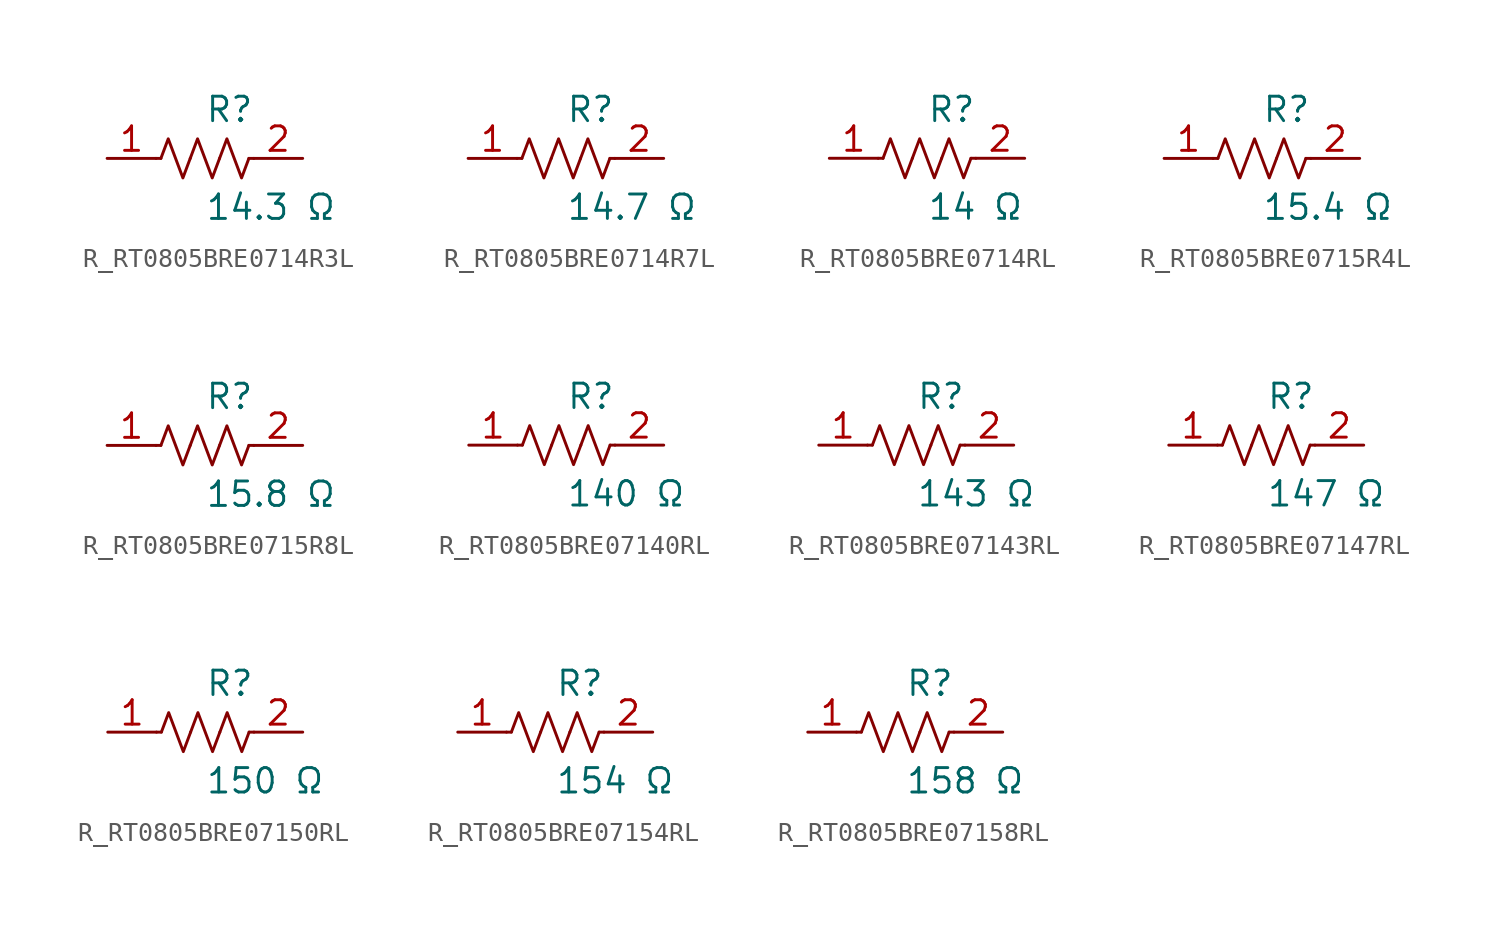
<source format=kicad_sym>
(kicad_symbol_lib
  (version 20231120)
  (generator kicad_symbol_editor)
  (generator_version 8.0)
  (symbol "R_RT0805BRE0714R3L"
    (pin_names
      (offset 0.254))
    (property "Reference" "R"
      (at 0.0 2.54 0)
      (effects (font (size 1.27 1.27)) (justify left)))
    (property "Value" "14.3 Ω"
      (at 0.0 -2.54 0)
      (effects (font (size 1.27 1.27)) (justify left)))
    (symbol "R_RT0805BRE0714R3L_0_1"
      (polyline (pts (xy 2.286 0) (xy 2.54 0)) (stroke (width 0) (type default)) (fill (type none)))
      (polyline (pts (xy -2.286 0) (xy -2.54 0)) (stroke (width 0) (type default)) (fill (type none)))
      (polyline (pts (xy 0.762 0) (xy 1.143 1.016) (xy 1.524 0) (xy 1.905 -1.016) (xy 2.286 0)) (stroke (width 0) (type default)) (fill (type none)))
      (polyline (pts (xy -0.762 0) (xy -0.381 1.016) (xy 0 0) (xy 0.381 -1.016) (xy 0.762 0)) (stroke (width 0) (type default)) (fill (type none)))
      (polyline (pts (xy -2.286 0) (xy -1.905 1.016) (xy -1.524 0) (xy -1.143 -1.016) (xy -0.762 0)) (stroke (width 0) (type default)) (fill (type none))))
    (pin unspecified line
      (at -5.08 0 0)
      (length 2.54)
      (name "" (effects (font (size 1.27 1.27))))
      (number "1" (effects (font (size 1.27 1.27)))))
    (pin unspecified line
      (at 5.08 0 180)
      (length 2.54)
      (name "" (effects (font (size 1.27 1.27))))
      (number "2" (effects (font (size 1.27 1.27))))))
  (symbol "R_RT0805BRE0714R7L"
    (pin_names
      (offset 0.254))
    (property "Reference" "R"
      (at 0.0 2.54 0)
      (effects (font (size 1.27 1.27)) (justify left)))
    (property "Value" "14.7 Ω"
      (at 0.0 -2.54 0)
      (effects (font (size 1.27 1.27)) (justify left)))
    (symbol "R_RT0805BRE0714R7L_0_1"
      (polyline (pts (xy 2.286 0) (xy 2.54 0)) (stroke (width 0) (type default)) (fill (type none)))
      (polyline (pts (xy -2.286 0) (xy -2.54 0)) (stroke (width 0) (type default)) (fill (type none)))
      (polyline (pts (xy 0.762 0) (xy 1.143 1.016) (xy 1.524 0) (xy 1.905 -1.016) (xy 2.286 0)) (stroke (width 0) (type default)) (fill (type none)))
      (polyline (pts (xy -0.762 0) (xy -0.381 1.016) (xy 0 0) (xy 0.381 -1.016) (xy 0.762 0)) (stroke (width 0) (type default)) (fill (type none)))
      (polyline (pts (xy -2.286 0) (xy -1.905 1.016) (xy -1.524 0) (xy -1.143 -1.016) (xy -0.762 0)) (stroke (width 0) (type default)) (fill (type none))))
    (pin unspecified line
      (at -5.08 0 0)
      (length 2.54)
      (name "" (effects (font (size 1.27 1.27))))
      (number "1" (effects (font (size 1.27 1.27)))))
    (pin unspecified line
      (at 5.08 0 180)
      (length 2.54)
      (name "" (effects (font (size 1.27 1.27))))
      (number "2" (effects (font (size 1.27 1.27))))))
  (symbol "R_RT0805BRE0714RL"
    (pin_names
      (offset 0.254))
    (property "Reference" "R"
      (at 0.0 2.54 0)
      (effects (font (size 1.27 1.27)) (justify left)))
    (property "Value" "14 Ω"
      (at 0.0 -2.54 0)
      (effects (font (size 1.27 1.27)) (justify left)))
    (symbol "R_RT0805BRE0714RL_0_1"
      (polyline (pts (xy 2.286 0) (xy 2.54 0)) (stroke (width 0) (type default)) (fill (type none)))
      (polyline (pts (xy -2.286 0) (xy -2.54 0)) (stroke (width 0) (type default)) (fill (type none)))
      (polyline (pts (xy 0.762 0) (xy 1.143 1.016) (xy 1.524 0) (xy 1.905 -1.016) (xy 2.286 0)) (stroke (width 0) (type default)) (fill (type none)))
      (polyline (pts (xy -0.762 0) (xy -0.381 1.016) (xy 0 0) (xy 0.381 -1.016) (xy 0.762 0)) (stroke (width 0) (type default)) (fill (type none)))
      (polyline (pts (xy -2.286 0) (xy -1.905 1.016) (xy -1.524 0) (xy -1.143 -1.016) (xy -0.762 0)) (stroke (width 0) (type default)) (fill (type none))))
    (pin unspecified line
      (at -5.08 0 0)
      (length 2.54)
      (name "" (effects (font (size 1.27 1.27))))
      (number "1" (effects (font (size 1.27 1.27)))))
    (pin unspecified line
      (at 5.08 0 180)
      (length 2.54)
      (name "" (effects (font (size 1.27 1.27))))
      (number "2" (effects (font (size 1.27 1.27))))))
  (symbol "R_RT0805BRE0715R4L"
    (pin_names
      (offset 0.254))
    (property "Reference" "R"
      (at 0.0 2.54 0)
      (effects (font (size 1.27 1.27)) (justify left)))
    (property "Value" "15.4 Ω"
      (at 0.0 -2.54 0)
      (effects (font (size 1.27 1.27)) (justify left)))
    (symbol "R_RT0805BRE0715R4L_0_1"
      (polyline (pts (xy 2.286 0) (xy 2.54 0)) (stroke (width 0) (type default)) (fill (type none)))
      (polyline (pts (xy -2.286 0) (xy -2.54 0)) (stroke (width 0) (type default)) (fill (type none)))
      (polyline (pts (xy 0.762 0) (xy 1.143 1.016) (xy 1.524 0) (xy 1.905 -1.016) (xy 2.286 0)) (stroke (width 0) (type default)) (fill (type none)))
      (polyline (pts (xy -0.762 0) (xy -0.381 1.016) (xy 0 0) (xy 0.381 -1.016) (xy 0.762 0)) (stroke (width 0) (type default)) (fill (type none)))
      (polyline (pts (xy -2.286 0) (xy -1.905 1.016) (xy -1.524 0) (xy -1.143 -1.016) (xy -0.762 0)) (stroke (width 0) (type default)) (fill (type none))))
    (pin unspecified line
      (at -5.08 0 0)
      (length 2.54)
      (name "" (effects (font (size 1.27 1.27))))
      (number "1" (effects (font (size 1.27 1.27)))))
    (pin unspecified line
      (at 5.08 0 180)
      (length 2.54)
      (name "" (effects (font (size 1.27 1.27))))
      (number "2" (effects (font (size 1.27 1.27))))))
  (symbol "R_RT0805BRE0715R8L"
    (pin_names
      (offset 0.254))
    (property "Reference" "R"
      (at 0.0 2.54 0)
      (effects (font (size 1.27 1.27)) (justify left)))
    (property "Value" "15.8 Ω"
      (at 0.0 -2.54 0)
      (effects (font (size 1.27 1.27)) (justify left)))
    (symbol "R_RT0805BRE0715R8L_0_1"
      (polyline (pts (xy 2.286 0) (xy 2.54 0)) (stroke (width 0) (type default)) (fill (type none)))
      (polyline (pts (xy -2.286 0) (xy -2.54 0)) (stroke (width 0) (type default)) (fill (type none)))
      (polyline (pts (xy 0.762 0) (xy 1.143 1.016) (xy 1.524 0) (xy 1.905 -1.016) (xy 2.286 0)) (stroke (width 0) (type default)) (fill (type none)))
      (polyline (pts (xy -0.762 0) (xy -0.381 1.016) (xy 0 0) (xy 0.381 -1.016) (xy 0.762 0)) (stroke (width 0) (type default)) (fill (type none)))
      (polyline (pts (xy -2.286 0) (xy -1.905 1.016) (xy -1.524 0) (xy -1.143 -1.016) (xy -0.762 0)) (stroke (width 0) (type default)) (fill (type none))))
    (pin unspecified line
      (at -5.08 0 0)
      (length 2.54)
      (name "" (effects (font (size 1.27 1.27))))
      (number "1" (effects (font (size 1.27 1.27)))))
    (pin unspecified line
      (at 5.08 0 180)
      (length 2.54)
      (name "" (effects (font (size 1.27 1.27))))
      (number "2" (effects (font (size 1.27 1.27))))))
  (symbol "R_RT0805BRE07140RL"
    (pin_names
      (offset 0.254))
    (property "Reference" "R"
      (at 0.0 2.54 0)
      (effects (font (size 1.27 1.27)) (justify left)))
    (property "Value" "140 Ω"
      (at 0.0 -2.54 0)
      (effects (font (size 1.27 1.27)) (justify left)))
    (symbol "R_RT0805BRE07140RL_0_1"
      (polyline (pts (xy 2.286 0) (xy 2.54 0)) (stroke (width 0) (type default)) (fill (type none)))
      (polyline (pts (xy -2.286 0) (xy -2.54 0)) (stroke (width 0) (type default)) (fill (type none)))
      (polyline (pts (xy 0.762 0) (xy 1.143 1.016) (xy 1.524 0) (xy 1.905 -1.016) (xy 2.286 0)) (stroke (width 0) (type default)) (fill (type none)))
      (polyline (pts (xy -0.762 0) (xy -0.381 1.016) (xy 0 0) (xy 0.381 -1.016) (xy 0.762 0)) (stroke (width 0) (type default)) (fill (type none)))
      (polyline (pts (xy -2.286 0) (xy -1.905 1.016) (xy -1.524 0) (xy -1.143 -1.016) (xy -0.762 0)) (stroke (width 0) (type default)) (fill (type none))))
    (pin unspecified line
      (at -5.08 0 0)
      (length 2.54)
      (name "" (effects (font (size 1.27 1.27))))
      (number "1" (effects (font (size 1.27 1.27)))))
    (pin unspecified line
      (at 5.08 0 180)
      (length 2.54)
      (name "" (effects (font (size 1.27 1.27))))
      (number "2" (effects (font (size 1.27 1.27))))))
  (symbol "R_RT0805BRE07143RL"
    (pin_names
      (offset 0.254))
    (property "Reference" "R"
      (at 0.0 2.54 0)
      (effects (font (size 1.27 1.27)) (justify left)))
    (property "Value" "143 Ω"
      (at 0.0 -2.54 0)
      (effects (font (size 1.27 1.27)) (justify left)))
    (symbol "R_RT0805BRE07143RL_0_1"
      (polyline (pts (xy 2.286 0) (xy 2.54 0)) (stroke (width 0) (type default)) (fill (type none)))
      (polyline (pts (xy -2.286 0) (xy -2.54 0)) (stroke (width 0) (type default)) (fill (type none)))
      (polyline (pts (xy 0.762 0) (xy 1.143 1.016) (xy 1.524 0) (xy 1.905 -1.016) (xy 2.286 0)) (stroke (width 0) (type default)) (fill (type none)))
      (polyline (pts (xy -0.762 0) (xy -0.381 1.016) (xy 0 0) (xy 0.381 -1.016) (xy 0.762 0)) (stroke (width 0) (type default)) (fill (type none)))
      (polyline (pts (xy -2.286 0) (xy -1.905 1.016) (xy -1.524 0) (xy -1.143 -1.016) (xy -0.762 0)) (stroke (width 0) (type default)) (fill (type none))))
    (pin unspecified line
      (at -5.08 0 0)
      (length 2.54)
      (name "" (effects (font (size 1.27 1.27))))
      (number "1" (effects (font (size 1.27 1.27)))))
    (pin unspecified line
      (at 5.08 0 180)
      (length 2.54)
      (name "" (effects (font (size 1.27 1.27))))
      (number "2" (effects (font (size 1.27 1.27))))))
  (symbol "R_RT0805BRE07147RL"
    (pin_names
      (offset 0.254))
    (property "Reference" "R"
      (at 0.0 2.54 0)
      (effects (font (size 1.27 1.27)) (justify left)))
    (property "Value" "147 Ω"
      (at 0.0 -2.54 0)
      (effects (font (size 1.27 1.27)) (justify left)))
    (symbol "R_RT0805BRE07147RL_0_1"
      (polyline (pts (xy 2.286 0) (xy 2.54 0)) (stroke (width 0) (type default)) (fill (type none)))
      (polyline (pts (xy -2.286 0) (xy -2.54 0)) (stroke (width 0) (type default)) (fill (type none)))
      (polyline (pts (xy 0.762 0) (xy 1.143 1.016) (xy 1.524 0) (xy 1.905 -1.016) (xy 2.286 0)) (stroke (width 0) (type default)) (fill (type none)))
      (polyline (pts (xy -0.762 0) (xy -0.381 1.016) (xy 0 0) (xy 0.381 -1.016) (xy 0.762 0)) (stroke (width 0) (type default)) (fill (type none)))
      (polyline (pts (xy -2.286 0) (xy -1.905 1.016) (xy -1.524 0) (xy -1.143 -1.016) (xy -0.762 0)) (stroke (width 0) (type default)) (fill (type none))))
    (pin unspecified line
      (at -5.08 0 0)
      (length 2.54)
      (name "" (effects (font (size 1.27 1.27))))
      (number "1" (effects (font (size 1.27 1.27)))))
    (pin unspecified line
      (at 5.08 0 180)
      (length 2.54)
      (name "" (effects (font (size 1.27 1.27))))
      (number "2" (effects (font (size 1.27 1.27))))))
  (symbol "R_RT0805BRE07150RL"
    (pin_names
      (offset 0.254))
    (property "Reference" "R"
      (at 0.0 2.54 0)
      (effects (font (size 1.27 1.27)) (justify left)))
    (property "Value" "150 Ω"
      (at 0.0 -2.54 0)
      (effects (font (size 1.27 1.27)) (justify left)))
    (symbol "R_RT0805BRE07150RL_0_1"
      (polyline (pts (xy 2.286 0) (xy 2.54 0)) (stroke (width 0) (type default)) (fill (type none)))
      (polyline (pts (xy -2.286 0) (xy -2.54 0)) (stroke (width 0) (type default)) (fill (type none)))
      (polyline (pts (xy 0.762 0) (xy 1.143 1.016) (xy 1.524 0) (xy 1.905 -1.016) (xy 2.286 0)) (stroke (width 0) (type default)) (fill (type none)))
      (polyline (pts (xy -0.762 0) (xy -0.381 1.016) (xy 0 0) (xy 0.381 -1.016) (xy 0.762 0)) (stroke (width 0) (type default)) (fill (type none)))
      (polyline (pts (xy -2.286 0) (xy -1.905 1.016) (xy -1.524 0) (xy -1.143 -1.016) (xy -0.762 0)) (stroke (width 0) (type default)) (fill (type none))))
    (pin unspecified line
      (at -5.08 0 0)
      (length 2.54)
      (name "" (effects (font (size 1.27 1.27))))
      (number "1" (effects (font (size 1.27 1.27)))))
    (pin unspecified line
      (at 5.08 0 180)
      (length 2.54)
      (name "" (effects (font (size 1.27 1.27))))
      (number "2" (effects (font (size 1.27 1.27))))))
  (symbol "R_RT0805BRE07154RL"
    (pin_names
      (offset 0.254))
    (property "Reference" "R"
      (at 0.0 2.54 0)
      (effects (font (size 1.27 1.27)) (justify left)))
    (property "Value" "154 Ω"
      (at 0.0 -2.54 0)
      (effects (font (size 1.27 1.27)) (justify left)))
    (symbol "R_RT0805BRE07154RL_0_1"
      (polyline (pts (xy 2.286 0) (xy 2.54 0)) (stroke (width 0) (type default)) (fill (type none)))
      (polyline (pts (xy -2.286 0) (xy -2.54 0)) (stroke (width 0) (type default)) (fill (type none)))
      (polyline (pts (xy 0.762 0) (xy 1.143 1.016) (xy 1.524 0) (xy 1.905 -1.016) (xy 2.286 0)) (stroke (width 0) (type default)) (fill (type none)))
      (polyline (pts (xy -0.762 0) (xy -0.381 1.016) (xy 0 0) (xy 0.381 -1.016) (xy 0.762 0)) (stroke (width 0) (type default)) (fill (type none)))
      (polyline (pts (xy -2.286 0) (xy -1.905 1.016) (xy -1.524 0) (xy -1.143 -1.016) (xy -0.762 0)) (stroke (width 0) (type default)) (fill (type none))))
    (pin unspecified line
      (at -5.08 0 0)
      (length 2.54)
      (name "" (effects (font (size 1.27 1.27))))
      (number "1" (effects (font (size 1.27 1.27)))))
    (pin unspecified line
      (at 5.08 0 180)
      (length 2.54)
      (name "" (effects (font (size 1.27 1.27))))
      (number "2" (effects (font (size 1.27 1.27))))))
  (symbol "R_RT0805BRE07158RL"
    (pin_names
      (offset 0.254))
    (property "Reference" "R"
      (at 0.0 2.54 0)
      (effects (font (size 1.27 1.27)) (justify left)))
    (property "Value" "158 Ω"
      (at 0.0 -2.54 0)
      (effects (font (size 1.27 1.27)) (justify left)))
    (symbol "R_RT0805BRE07158RL_0_1"
      (polyline (pts (xy 2.286 0) (xy 2.54 0)) (stroke (width 0) (type default)) (fill (type none)))
      (polyline (pts (xy -2.286 0) (xy -2.54 0)) (stroke (width 0) (type default)) (fill (type none)))
      (polyline (pts (xy 0.762 0) (xy 1.143 1.016) (xy 1.524 0) (xy 1.905 -1.016) (xy 2.286 0)) (stroke (width 0) (type default)) (fill (type none)))
      (polyline (pts (xy -0.762 0) (xy -0.381 1.016) (xy 0 0) (xy 0.381 -1.016) (xy 0.762 0)) (stroke (width 0) (type default)) (fill (type none)))
      (polyline (pts (xy -2.286 0) (xy -1.905 1.016) (xy -1.524 0) (xy -1.143 -1.016) (xy -0.762 0)) (stroke (width 0) (type default)) (fill (type none))))
    (pin unspecified line
      (at -5.08 0 0)
      (length 2.54)
      (name "" (effects (font (size 1.27 1.27))))
      (number "1" (effects (font (size 1.27 1.27)))))
    (pin unspecified line
      (at 5.08 0 180)
      (length 2.54)
      (name "" (effects (font (size 1.27 1.27))))
      (number "2" (effects (font (size 1.27 1.27)))))))
</source>
